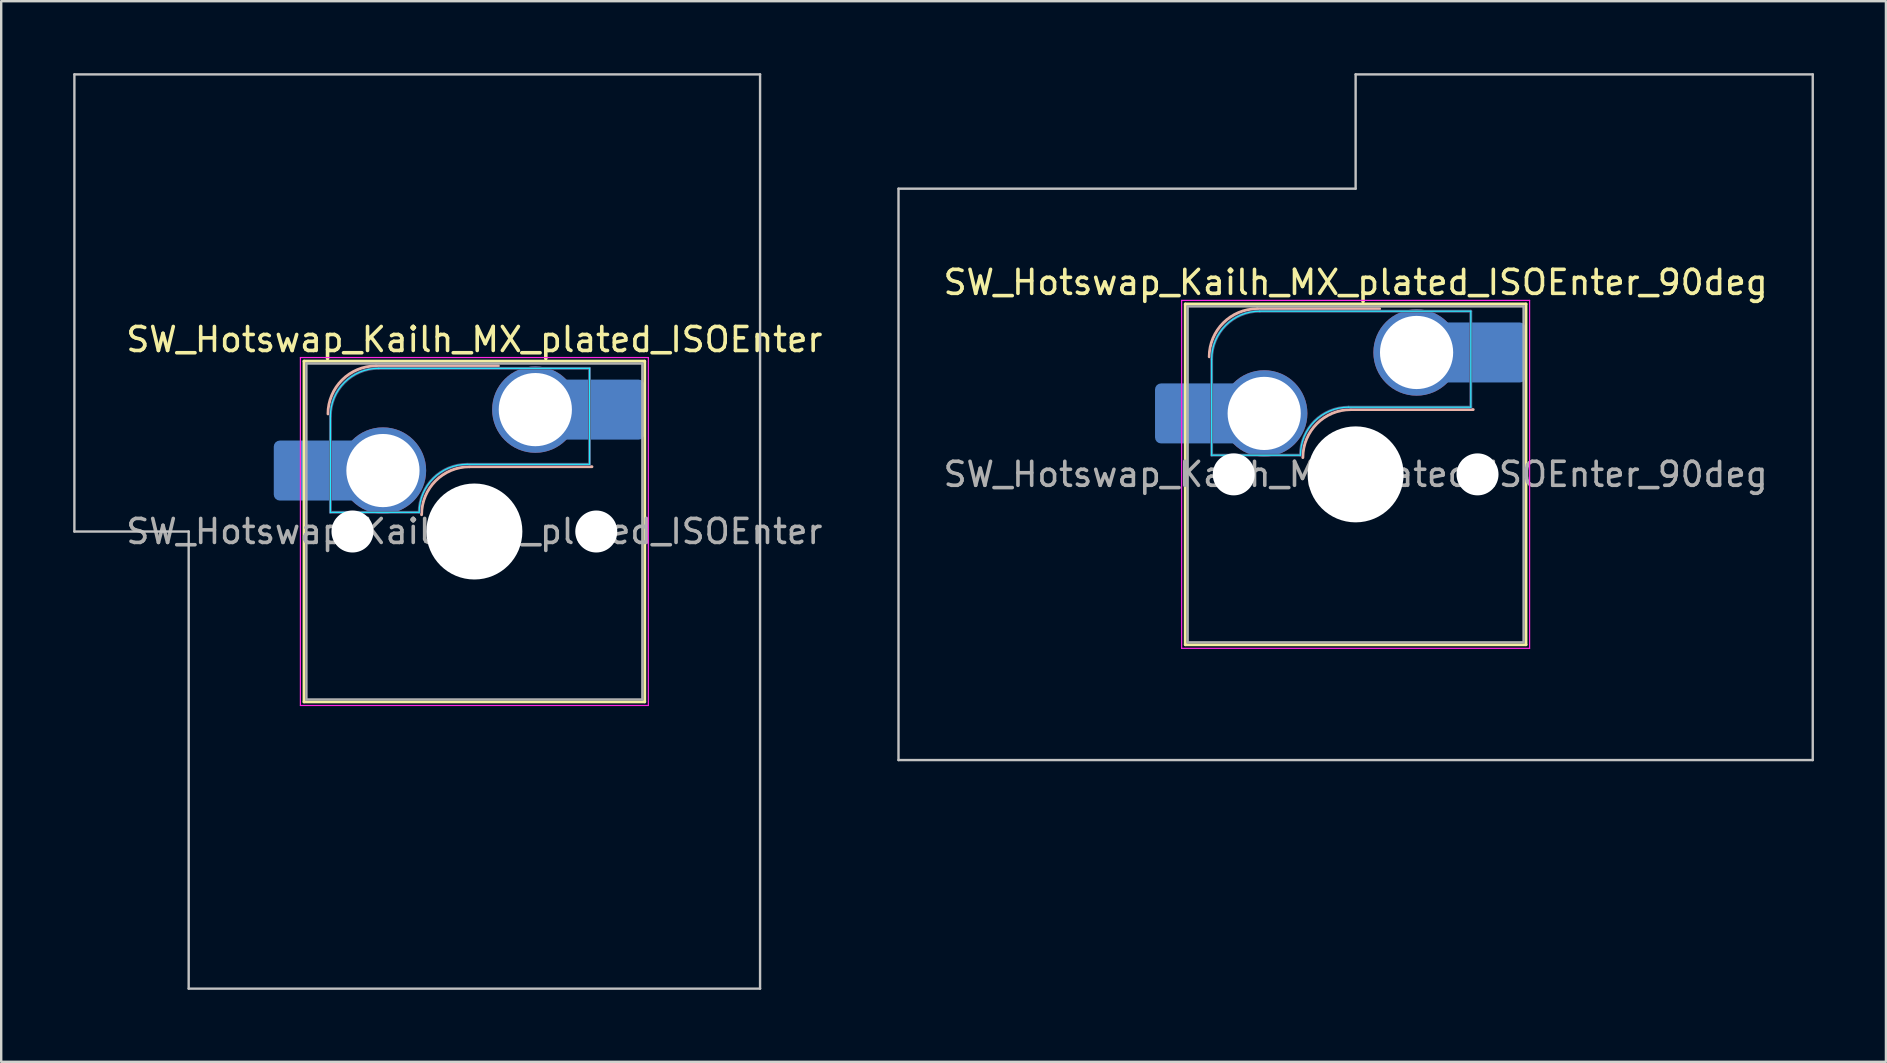
<source format=kicad_pcb>
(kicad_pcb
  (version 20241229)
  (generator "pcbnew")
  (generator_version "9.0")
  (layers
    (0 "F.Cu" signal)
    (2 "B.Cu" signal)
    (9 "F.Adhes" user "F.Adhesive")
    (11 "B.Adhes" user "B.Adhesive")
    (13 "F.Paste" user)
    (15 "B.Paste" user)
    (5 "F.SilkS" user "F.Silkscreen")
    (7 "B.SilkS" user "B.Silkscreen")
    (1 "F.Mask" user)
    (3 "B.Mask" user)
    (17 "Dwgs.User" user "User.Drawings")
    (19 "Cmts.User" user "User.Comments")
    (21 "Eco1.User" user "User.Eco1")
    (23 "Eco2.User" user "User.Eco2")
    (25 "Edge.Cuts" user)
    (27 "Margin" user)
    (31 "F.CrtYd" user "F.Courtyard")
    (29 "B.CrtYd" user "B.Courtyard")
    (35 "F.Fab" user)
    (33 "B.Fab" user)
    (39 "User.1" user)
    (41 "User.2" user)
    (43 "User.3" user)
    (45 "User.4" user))
  (footprint "SW_Hotswap_Kailh_MX_plated_ISOEnter"
    (layer "F.Cu")
    (at 16.719 19.1)
    (property "Reference" "SW_Hotswap_Kailh_MX_plated_ISOEnter" (at 0 -8 0) (layer "F.SilkS") (effects (font (size 1 1) (thickness 0.15))))
    (attr smd)
    (fp_line (start -7.1 -7.1) (end -7.1 7.1) (stroke (width 0.12) (type solid)) (layer "F.SilkS"))
    (fp_line (start -7.1 7.1) (end 7.1 7.1) (stroke (width 0.12) (type solid)) (layer "F.SilkS"))
    (fp_line (start 7.1 -7.1) (end -7.1 -7.1) (stroke (width 0.12) (type solid)) (layer "F.SilkS"))
    (fp_line (start 7.1 7.1) (end 7.1 -7.1) (stroke (width 0.12) (type solid)) (layer "F.SilkS"))
    (fp_line (start -4.1 -6.9) (end 1 -6.9) (stroke (width 0.12) (type solid)) (layer "B.SilkS"))
    (fp_line (start -0.2 -2.7) (end 4.9 -2.7) (stroke (width 0.12) (type solid)) (layer "B.SilkS"))
    (fp_arc (start -6.1 -4.9) (mid -5.514214 -6.314214) (end -4.1 -6.9) (stroke (width 0.12) (type solid)) (layer "B.SilkS"))
    (fp_arc (start -2.2 -0.7) (mid -1.614214 -2.114214) (end -0.2 -2.7) (stroke (width 0.12) (type solid)) (layer "B.SilkS"))
    (fp_line (start -16.669 -19.05) (end -16.669 0) (stroke (width 0.1) (type solid)) (layer "Dwgs.User"))
    (fp_line (start -16.669 0) (end -11.906 0) (stroke (width 0.1) (type solid)) (layer "Dwgs.User"))
    (fp_line (start -11.906 0) (end -11.906 19.05) (stroke (width 0.1) (type solid)) (layer "Dwgs.User"))
    (fp_line (start -11.906 19.05) (end 11.906 19.05) (stroke (width 0.1) (type solid)) (layer "Dwgs.User"))
    (fp_line (start 11.906 -19.05) (end -16.669 -19.05) (stroke (width 0.1) (type solid)) (layer "Dwgs.User"))
    (fp_line (start 11.906 19.05) (end 11.906 -19.05) (stroke (width 0.1) (type solid)) (layer "Dwgs.User"))
    (fp_line (start -7.8 -6) (end -7 -6) (stroke (width 0.1) (type solid)) (layer "Eco1.User"))
    (fp_line (start -7.8 -2.9) (end -7.8 -6) (stroke (width 0.1) (type solid)) (layer "Eco1.User"))
    (fp_line (start -7.8 2.9) (end -7 2.9) (stroke (width 0.1) (type solid)) (layer "Eco1.User"))
    (fp_line (start -7.8 6) (end -7.8 2.9) (stroke (width 0.1) (type solid)) (layer "Eco1.User"))
    (fp_line (start -7 -7) (end 7 -7) (stroke (width 0.1) (type solid)) (layer "Eco1.User"))
    (fp_line (start -7 -6) (end -7 -7) (stroke (width 0.1) (type solid)) (layer "Eco1.User"))
    (fp_line (start -7 -2.9) (end -7.8 -2.9) (stroke (width 0.1) (type solid)) (layer "Eco1.User"))
    (fp_line (start -7 2.9) (end -7 -2.9) (stroke (width 0.1) (type solid)) (layer "Eco1.User"))
    (fp_line (start -7 6) (end -7.8 6) (stroke (width 0.1) (type solid)) (layer "Eco1.User"))
    (fp_line (start -7 7) (end -7 6) (stroke (width 0.1) (type solid)) (layer "Eco1.User"))
    (fp_line (start 7 -7) (end 7 -6) (stroke (width 0.1) (type solid)) (layer "Eco1.User"))
    (fp_line (start 7 -6) (end 7.8 -6) (stroke (width 0.1) (type solid)) (layer "Eco1.User"))
    (fp_line (start 7 -2.9) (end 7 2.9) (stroke (width 0.1) (type solid)) (layer "Eco1.User"))
    (fp_line (start 7 2.9) (end 7.8 2.9) (stroke (width 0.1) (type solid)) (layer "Eco1.User"))
    (fp_line (start 7 6) (end 7 7) (stroke (width 0.1) (type solid)) (layer "Eco1.User"))
    (fp_line (start 7 7) (end -7 7) (stroke (width 0.1) (type solid)) (layer "Eco1.User"))
    (fp_line (start 7.8 -6) (end 7.8 -2.9) (stroke (width 0.1) (type solid)) (layer "Eco1.User"))
    (fp_line (start 7.8 -2.9) (end 7 -2.9) (stroke (width 0.1) (type solid)) (layer "Eco1.User"))
    (fp_line (start 7.8 2.9) (end 7.8 6) (stroke (width 0.1) (type solid)) (layer "Eco1.User"))
    (fp_line (start 7.8 6) (end 7 6) (stroke (width 0.1) (type solid)) (layer "Eco1.User"))
    (fp_line (start -6 -0.8) (end -6 -4.8) (stroke (width 0.05) (type solid)) (layer "B.CrtYd"))
    (fp_line (start -6 -0.8) (end -2.3 -0.8) (stroke (width 0.05) (type solid)) (layer "B.CrtYd"))
    (fp_line (start -4 -6.8) (end 4.8 -6.8) (stroke (width 0.05) (type solid)) (layer "B.CrtYd"))
    (fp_line (start -0.3 -2.8) (end 4.8 -2.8) (stroke (width 0.05) (type solid)) (layer "B.CrtYd"))
    (fp_line (start 4.8 -6.8) (end 4.8 -2.8) (stroke (width 0.05) (type solid)) (layer "B.CrtYd"))
    (fp_arc (start -6 -4.8) (mid -5.414214 -6.214214) (end -4 -6.8) (stroke (width 0.05) (type solid)) (layer "B.CrtYd"))
    (fp_arc (start -2.3 -0.8) (mid -1.714214 -2.214214) (end -0.3 -2.8) (stroke (width 0.05) (type solid)) (layer "B.CrtYd"))
    (fp_line (start -7.25 -7.25) (end -7.25 7.25) (stroke (width 0.05) (type solid)) (layer "F.CrtYd"))
    (fp_line (start -7.25 7.25) (end 7.25 7.25) (stroke (width 0.05) (type solid)) (layer "F.CrtYd"))
    (fp_line (start 7.25 -7.25) (end -7.25 -7.25) (stroke (width 0.05) (type solid)) (layer "F.CrtYd"))
    (fp_line (start 7.25 7.25) (end 7.25 -7.25) (stroke (width 0.05) (type solid)) (layer "F.CrtYd"))
    (fp_line (start -6 -0.8) (end -6 -4.8) (stroke (width 0.12) (type solid)) (layer "B.Fab"))
    (fp_line (start -6 -0.8) (end -2.3 -0.8) (stroke (width 0.12) (type solid)) (layer "B.Fab"))
    (fp_line (start -4 -6.8) (end 4.8 -6.8) (stroke (width 0.12) (type solid)) (layer "B.Fab"))
    (fp_line (start -0.3 -2.8) (end 4.8 -2.8) (stroke (width 0.12) (type solid)) (layer "B.Fab"))
    (fp_line (start 4.8 -6.8) (end 4.8 -2.8) (stroke (width 0.12) (type solid)) (layer "B.Fab"))
    (fp_arc (start -6 -4.8) (mid -5.414214 -6.214214) (end -4 -6.8) (stroke (width 0.12) (type solid)) (layer "B.Fab"))
    (fp_arc (start -2.3 -0.8) (mid -1.714214 -2.214214) (end -0.3 -2.8) (stroke (width 0.12) (type solid)) (layer "B.Fab"))
    (fp_line (start -7 -7) (end -7 7) (stroke (width 0.1) (type solid)) (layer "F.Fab"))
    (fp_line (start -7 7) (end 7 7) (stroke (width 0.1) (type solid)) (layer "F.Fab"))
    (fp_line (start 7 -7) (end -7 -7) (stroke (width 0.1) (type solid)) (layer "F.Fab"))
    (fp_line (start 7 7) (end 7 -7) (stroke (width 0.1) (type solid)) (layer "F.Fab"))
    (fp_text user "${REFERENCE}" (at 0 0 0) (layer "F.Fab") (effects (font (size 1 1) (thickness 0.15))))
    (pad "" smd roundrect (at -7.085 -2.54) (size 2.55 2.5) (layers "B.Mask" "B.Paste") (roundrect_rratio 0.1))
    (pad "" np_thru_hole circle (at -5.08 0) (size 1.75 1.75) (drill 1.75) (layers "*.Cu" "*.Mask"))
    (pad "" smd circle (at -3.81 -2.54) (size 3.1 3.1) (layers "F.Mask"))
    (pad "" np_thru_hole circle (at 0 0) (size 4 4) (drill 4) (layers "*.Cu" "*.Mask"))
    (pad "" smd circle (at 2.54 -5.08) (size 3.1 3.1) (layers "F.Mask"))
    (pad "" np_thru_hole circle (at 5.08 0) (size 1.75 1.75) (drill 1.75) (layers "*.Cu" "*.Mask"))
    (pad "" smd roundrect (at 5.842 -5.08) (size 2.55 2.5) (layers "B.Mask" "B.Paste") (roundrect_rratio 0.1))
    (pad "1" smd roundrect (at -6.585 -2.54) (size 3.55 2.5) (layers "B.Cu") (roundrect_rratio 0.1))
    (pad "1" thru_hole circle (at -3.81 -2.54) (size 3.6 3.6) (drill 3.05) (layers "*.Cu" "B.Mask"))
    (pad "2" thru_hole circle (at 2.54 -5.08) (size 3.6 3.6) (drill 3.05) (layers "*.Cu" "B.Mask"))
    (pad "2" smd roundrect (at 5.32 -5.08) (size 3.55 2.5) (layers "B.Cu") (roundrect_rratio 0.1)))
  (footprint "SW_Hotswap_Kailh_MX_plated_ISOEnter_90deg"
    (layer "F.Cu")
    (at 53.444 16.719)
    (property "Reference" "SW_Hotswap_Kailh_MX_plated_ISOEnter_90deg" (at 0 -8 0) (layer "F.SilkS") (effects (font (size 1 1) (thickness 0.15))))
    (attr smd)
    (fp_line (start -7.1 -7.1) (end -7.1 7.1) (stroke (width 0.12) (type solid)) (layer "F.SilkS"))
    (fp_line (start -7.1 7.1) (end 7.1 7.1) (stroke (width 0.12) (type solid)) (layer "F.SilkS"))
    (fp_line (start 7.1 -7.1) (end -7.1 -7.1) (stroke (width 0.12) (type solid)) (layer "F.SilkS"))
    (fp_line (start 7.1 7.1) (end 7.1 -7.1) (stroke (width 0.12) (type solid)) (layer "F.SilkS"))
    (fp_line (start -4.1 -6.9) (end 1 -6.9) (stroke (width 0.12) (type solid)) (layer "B.SilkS"))
    (fp_line (start -0.2 -2.7) (end 4.9 -2.7) (stroke (width 0.12) (type solid)) (layer "B.SilkS"))
    (fp_arc (start -6.1 -4.9) (mid -5.514214 -6.314214) (end -4.1 -6.9) (stroke (width 0.12) (type solid)) (layer "B.SilkS"))
    (fp_arc (start -2.2 -0.7) (mid -1.614214 -2.114214) (end -0.2 -2.7) (stroke (width 0.12) (type solid)) (layer "B.SilkS"))
    (fp_line (start -19.05 -11.906) (end -19.05 11.906) (stroke (width 0.1) (type solid)) (layer "Dwgs.User"))
    (fp_line (start -19.05 11.906) (end 19.05 11.906) (stroke (width 0.1) (type solid)) (layer "Dwgs.User"))
    (fp_line (start 0 -16.669) (end 0 -11.906) (stroke (width 0.1) (type solid)) (layer "Dwgs.User"))
    (fp_line (start 0 -11.906) (end -19.05 -11.906) (stroke (width 0.1) (type solid)) (layer "Dwgs.User"))
    (fp_line (start 19.05 -16.669) (end 0 -16.669) (stroke (width 0.1) (type solid)) (layer "Dwgs.User"))
    (fp_line (start 19.05 11.906) (end 19.05 -16.669) (stroke (width 0.1) (type solid)) (layer "Dwgs.User"))
    (fp_line (start -7.8 -6) (end -7 -6) (stroke (width 0.1) (type solid)) (layer "Eco1.User"))
    (fp_line (start -7.8 -2.9) (end -7.8 -6) (stroke (width 0.1) (type solid)) (layer "Eco1.User"))
    (fp_line (start -7.8 2.9) (end -7 2.9) (stroke (width 0.1) (type solid)) (layer "Eco1.User"))
    (fp_line (start -7.8 6) (end -7.8 2.9) (stroke (width 0.1) (type solid)) (layer "Eco1.User"))
    (fp_line (start -7 -7) (end 7 -7) (stroke (width 0.1) (type solid)) (layer "Eco1.User"))
    (fp_line (start -7 -6) (end -7 -7) (stroke (width 0.1) (type solid)) (layer "Eco1.User"))
    (fp_line (start -7 -2.9) (end -7.8 -2.9) (stroke (width 0.1) (type solid)) (layer "Eco1.User"))
    (fp_line (start -7 2.9) (end -7 -2.9) (stroke (width 0.1) (type solid)) (layer "Eco1.User"))
    (fp_line (start -7 6) (end -7.8 6) (stroke (width 0.1) (type solid)) (layer "Eco1.User"))
    (fp_line (start -7 7) (end -7 6) (stroke (width 0.1) (type solid)) (layer "Eco1.User"))
    (fp_line (start 7 -7) (end 7 -6) (stroke (width 0.1) (type solid)) (layer "Eco1.User"))
    (fp_line (start 7 -6) (end 7.8 -6) (stroke (width 0.1) (type solid)) (layer "Eco1.User"))
    (fp_line (start 7 -2.9) (end 7 2.9) (stroke (width 0.1) (type solid)) (layer "Eco1.User"))
    (fp_line (start 7 2.9) (end 7.8 2.9) (stroke (width 0.1) (type solid)) (layer "Eco1.User"))
    (fp_line (start 7 6) (end 7 7) (stroke (width 0.1) (type solid)) (layer "Eco1.User"))
    (fp_line (start 7 7) (end -7 7) (stroke (width 0.1) (type solid)) (layer "Eco1.User"))
    (fp_line (start 7.8 -6) (end 7.8 -2.9) (stroke (width 0.1) (type solid)) (layer "Eco1.User"))
    (fp_line (start 7.8 -2.9) (end 7 -2.9) (stroke (width 0.1) (type solid)) (layer "Eco1.User"))
    (fp_line (start 7.8 2.9) (end 7.8 6) (stroke (width 0.1) (type solid)) (layer "Eco1.User"))
    (fp_line (start 7.8 6) (end 7 6) (stroke (width 0.1) (type solid)) (layer "Eco1.User"))
    (fp_line (start -6 -0.8) (end -6 -4.8) (stroke (width 0.05) (type solid)) (layer "B.CrtYd"))
    (fp_line (start -6 -0.8) (end -2.3 -0.8) (stroke (width 0.05) (type solid)) (layer "B.CrtYd"))
    (fp_line (start -4 -6.8) (end 4.8 -6.8) (stroke (width 0.05) (type solid)) (layer "B.CrtYd"))
    (fp_line (start -0.3 -2.8) (end 4.8 -2.8) (stroke (width 0.05) (type solid)) (layer "B.CrtYd"))
    (fp_line (start 4.8 -6.8) (end 4.8 -2.8) (stroke (width 0.05) (type solid)) (layer "B.CrtYd"))
    (fp_arc (start -6 -4.8) (mid -5.414214 -6.214214) (end -4 -6.8) (stroke (width 0.05) (type solid)) (layer "B.CrtYd"))
    (fp_arc (start -2.3 -0.8) (mid -1.714214 -2.214214) (end -0.3 -2.8) (stroke (width 0.05) (type solid)) (layer "B.CrtYd"))
    (fp_line (start -7.25 -7.25) (end -7.25 7.25) (stroke (width 0.05) (type solid)) (layer "F.CrtYd"))
    (fp_line (start -7.25 7.25) (end 7.25 7.25) (stroke (width 0.05) (type solid)) (layer "F.CrtYd"))
    (fp_line (start 7.25 -7.25) (end -7.25 -7.25) (stroke (width 0.05) (type solid)) (layer "F.CrtYd"))
    (fp_line (start 7.25 7.25) (end 7.25 -7.25) (stroke (width 0.05) (type solid)) (layer "F.CrtYd"))
    (fp_line (start -6 -0.8) (end -6 -4.8) (stroke (width 0.12) (type solid)) (layer "B.Fab"))
    (fp_line (start -6 -0.8) (end -2.3 -0.8) (stroke (width 0.12) (type solid)) (layer "B.Fab"))
    (fp_line (start -4 -6.8) (end 4.8 -6.8) (stroke (width 0.12) (type solid)) (layer "B.Fab"))
    (fp_line (start -0.3 -2.8) (end 4.8 -2.8) (stroke (width 0.12) (type solid)) (layer "B.Fab"))
    (fp_line (start 4.8 -6.8) (end 4.8 -2.8) (stroke (width 0.12) (type solid)) (layer "B.Fab"))
    (fp_arc (start -6 -4.8) (mid -5.414214 -6.214214) (end -4 -6.8) (stroke (width 0.12) (type solid)) (layer "B.Fab"))
    (fp_arc (start -2.3 -0.8) (mid -1.714214 -2.214214) (end -0.3 -2.8) (stroke (width 0.12) (type solid)) (layer "B.Fab"))
    (fp_line (start -7 -7) (end -7 7) (stroke (width 0.1) (type solid)) (layer "F.Fab"))
    (fp_line (start -7 7) (end 7 7) (stroke (width 0.1) (type solid)) (layer "F.Fab"))
    (fp_line (start 7 -7) (end -7 -7) (stroke (width 0.1) (type solid)) (layer "F.Fab"))
    (fp_line (start 7 7) (end 7 -7) (stroke (width 0.1) (type solid)) (layer "F.Fab"))
    (fp_text user "${REFERENCE}" (at 0 0 0) (layer "F.Fab") (effects (font (size 1 1) (thickness 0.15))))
    (pad "" smd roundrect (at -7.085 -2.54) (size 2.55 2.5) (layers "B.Mask" "B.Paste") (roundrect_rratio 0.1))
    (pad "" np_thru_hole circle (at -5.08 0) (size 1.75 1.75) (drill 1.75) (layers "*.Cu" "*.Mask"))
    (pad "" smd circle (at -3.81 -2.54) (size 3.1 3.1) (layers "F.Mask"))
    (pad "" np_thru_hole circle (at 0 0) (size 4 4) (drill 4) (layers "*.Cu" "*.Mask"))
    (pad "" smd circle (at 2.54 -5.08) (size 3.1 3.1) (layers "F.Mask"))
    (pad "" np_thru_hole circle (at 5.08 0) (size 1.75 1.75) (drill 1.75) (layers "*.Cu" "*.Mask"))
    (pad "" smd roundrect (at 5.842 -5.08) (size 2.55 2.5) (layers "B.Mask" "B.Paste") (roundrect_rratio 0.1))
    (pad "1" smd roundrect (at -6.585 -2.54) (size 3.55 2.5) (layers "B.Cu") (roundrect_rratio 0.1))
    (pad "1" thru_hole circle (at -3.81 -2.54) (size 3.6 3.6) (drill 3.05) (layers "*.Cu" "B.Mask"))
    (pad "2" thru_hole circle (at 2.54 -5.08) (size 3.6 3.6) (drill 3.05) (layers "*.Cu" "B.Mask"))
    (pad "2" smd roundrect (at 5.32 -5.08) (size 3.55 2.5) (layers "B.Cu") (roundrect_rratio 0.1)))
  (gr_rect
    (start -3 -3)
    (end 75.544 41.2)
    (stroke (width 0.1) (type default))
    (fill no)
    (layer "Edge.Cuts")))
</source>
